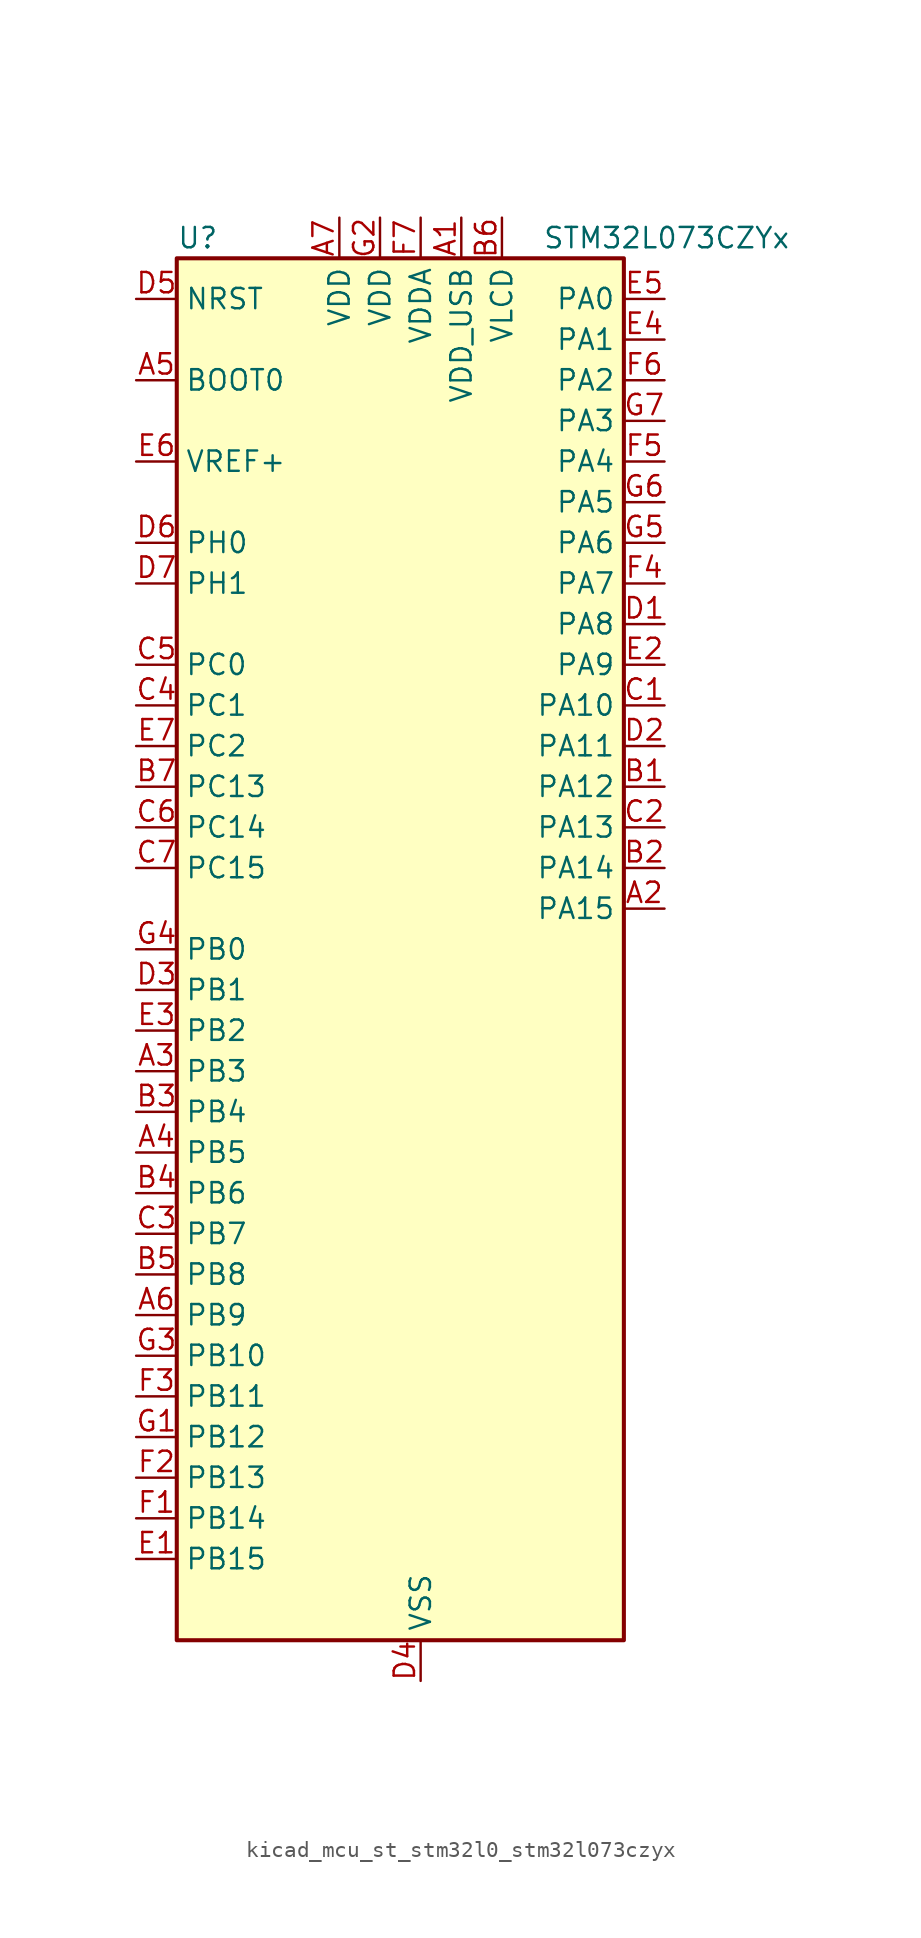
<source format=kicad_sym>
(kicad_symbol_lib
  (version 20220914)
  (generator kicad_symbol_editor)
  (symbol "kicad_mcu_st_stm32l0_stm32l073czyx"
    (property "Reference" "U"
      (at -12.7 44.45 0)
      (effects (font (size 1.27 1.27)) (justify left)))
    (property "Value" "STM32L073CZYx"
      (at 10.16 44.45 0)
      (effects (font (size 1.27 1.27)) (justify left)))
    (property "ki_locked" ""
      (at 0 0 0)
      (effects (font (size 1.27 1.27))))
    (symbol "kicad_mcu_st_stm32l0_stm32l073czyx_0_1"
      (rectangle (start -12.7 -43.18) (end 15.24 43.18) (stroke (width 0.254) (type default)) (fill (type background))))
    (symbol "kicad_mcu_st_stm32l0_stm32l073czyx_1_1"
      (pin power_in line (at 5.08 45.72 270) (length 2.54) (name "VDD_USB" (effects (font (size 1.27 1.27)))) (number "A1" (effects (font (size 1.27 1.27)))))
      (pin bidirectional line (at 17.78 2.54 180) (length 2.54) (name "PA15" (effects (font (size 1.27 1.27)))) (number "A2" (effects (font (size 1.27 1.27)))) (alternate "LCD_SEG17" bidirectional line) (alternate "SPI1_NSS" bidirectional line) (alternate "TIM2_CH1" bidirectional line) (alternate "TIM2_ETR" bidirectional line) (alternate "USART2_RX" bidirectional line) (alternate "USART4_DE" bidirectional line) (alternate "USART4_RTS" bidirectional line))
      (pin bidirectional line (at -15.24 -7.62 0) (length 2.54) (name "PB3" (effects (font (size 1.27 1.27)))) (number "A3" (effects (font (size 1.27 1.27)))) (alternate "COMP2_INM" bidirectional line) (alternate "LCD_SEG7" bidirectional line) (alternate "SPI1_SCK" bidirectional line) (alternate "TIM2_CH2" bidirectional line) (alternate "TSC_G5_IO1" bidirectional line) (alternate "USART1_DE" bidirectional line) (alternate "USART1_RTS" bidirectional line) (alternate "USART5_TX" bidirectional line))
      (pin bidirectional line (at -15.24 -12.7 0) (length 2.54) (name "PB5" (effects (font (size 1.27 1.27)))) (number "A4" (effects (font (size 1.27 1.27)))) (alternate "COMP2_INP" bidirectional line) (alternate "I2C1_SMBA" bidirectional line) (alternate "LCD_SEG9" bidirectional line) (alternate "LPTIM1_IN1" bidirectional line) (alternate "SPI1_MOSI" bidirectional line) (alternate "TIM22_CH2" bidirectional line) (alternate "TIM3_CH2" bidirectional line) (alternate "USART1_CK" bidirectional line) (alternate "USART5_CK" bidirectional line) (alternate "USART5_DE" bidirectional line) (alternate "USART5_RTS" bidirectional line))
      (pin input line (at -15.24 35.56 0) (length 2.54) (name "BOOT0" (effects (font (size 1.27 1.27)))) (number "A5" (effects (font (size 1.27 1.27)))))
      (pin bidirectional line (at -15.24 -22.86 0) (length 2.54) (name "PB9" (effects (font (size 1.27 1.27)))) (number "A6" (effects (font (size 1.27 1.27)))) (alternate "DAC_EXTI9" bidirectional line) (alternate "I2C1_SDA" bidirectional line) (alternate "I2S2_WS" bidirectional line) (alternate "LCD_COM3" bidirectional line) (alternate "SPI2_NSS" bidirectional line))
      (pin power_in line (at -2.54 45.72 270) (length 2.54) (name "VDD" (effects (font (size 1.27 1.27)))) (number "A7" (effects (font (size 1.27 1.27)))))
      (pin bidirectional line (at 17.78 10.16 180) (length 2.54) (name "PA12" (effects (font (size 1.27 1.27)))) (number "B1" (effects (font (size 1.27 1.27)))) (alternate "COMP2_OUT" bidirectional line) (alternate "SPI1_MOSI" bidirectional line) (alternate "TSC_G4_IO4" bidirectional line) (alternate "USART1_DE" bidirectional line) (alternate "USART1_RTS" bidirectional line) (alternate "USB_DP" bidirectional line))
      (pin bidirectional line (at 17.78 5.08 180) (length 2.54) (name "PA14" (effects (font (size 1.27 1.27)))) (number "B2" (effects (font (size 1.27 1.27)))) (alternate "LPUART1_TX" bidirectional line) (alternate "SYS_SWCLK" bidirectional line) (alternate "USART2_TX" bidirectional line))
      (pin bidirectional line (at -15.24 -10.16 0) (length 2.54) (name "PB4" (effects (font (size 1.27 1.27)))) (number "B3" (effects (font (size 1.27 1.27)))) (alternate "COMP2_INP" bidirectional line) (alternate "I2C3_SDA" bidirectional line) (alternate "LCD_SEG8" bidirectional line) (alternate "SPI1_MISO" bidirectional line) (alternate "TIM22_CH1" bidirectional line) (alternate "TIM3_CH1" bidirectional line) (alternate "TSC_G5_IO2" bidirectional line) (alternate "USART1_CTS" bidirectional line) (alternate "USART5_RX" bidirectional line))
      (pin bidirectional line (at -15.24 -15.24 0) (length 2.54) (name "PB6" (effects (font (size 1.27 1.27)))) (number "B4" (effects (font (size 1.27 1.27)))) (alternate "COMP2_INP" bidirectional line) (alternate "I2C1_SCL" bidirectional line) (alternate "LPTIM1_ETR" bidirectional line) (alternate "TSC_G5_IO3" bidirectional line) (alternate "USART1_TX" bidirectional line))
      (pin bidirectional line (at -15.24 -20.32 0) (length 2.54) (name "PB8" (effects (font (size 1.27 1.27)))) (number "B5" (effects (font (size 1.27 1.27)))) (alternate "I2C1_SCL" bidirectional line) (alternate "LCD_SEG16" bidirectional line) (alternate "TSC_SYNC" bidirectional line))
      (pin power_in line (at 7.62 45.72 270) (length 2.54) (name "VLCD" (effects (font (size 1.27 1.27)))) (number "B6" (effects (font (size 1.27 1.27)))))
      (pin bidirectional line (at -15.24 10.16 0) (length 2.54) (name "PC13" (effects (font (size 1.27 1.27)))) (number "B7" (effects (font (size 1.27 1.27)))) (alternate "RTC_OUT_ALARM" bidirectional line) (alternate "RTC_OUT_CALIB" bidirectional line) (alternate "RTC_TAMP1" bidirectional line) (alternate "RTC_TS" bidirectional line) (alternate "SYS_WKUP2" bidirectional line))
      (pin bidirectional line (at 17.78 15.24 180) (length 2.54) (name "PA10" (effects (font (size 1.27 1.27)))) (number "C1" (effects (font (size 1.27 1.27)))) (alternate "I2C1_SDA" bidirectional line) (alternate "LCD_COM2" bidirectional line) (alternate "TSC_G4_IO2" bidirectional line) (alternate "USART1_RX" bidirectional line))
      (pin bidirectional line (at 17.78 7.62 180) (length 2.54) (name "PA13" (effects (font (size 1.27 1.27)))) (number "C2" (effects (font (size 1.27 1.27)))) (alternate "LPUART1_RX" bidirectional line) (alternate "SYS_SWDIO" bidirectional line) (alternate "USB_NOE" bidirectional line))
      (pin bidirectional line (at -15.24 -17.78 0) (length 2.54) (name "PB7" (effects (font (size 1.27 1.27)))) (number "C3" (effects (font (size 1.27 1.27)))) (alternate "COMP2_INP" bidirectional line) (alternate "I2C1_SDA" bidirectional line) (alternate "LPTIM1_IN2" bidirectional line) (alternate "SYS_PVD_IN" bidirectional line) (alternate "TSC_G5_IO4" bidirectional line) (alternate "USART1_RX" bidirectional line) (alternate "USART4_CTS" bidirectional line))
      (pin bidirectional line (at -15.24 15.24 0) (length 2.54) (name "PC1" (effects (font (size 1.27 1.27)))) (number "C4" (effects (font (size 1.27 1.27)))) (alternate "ADC_IN11" bidirectional line) (alternate "I2C3_SDA" bidirectional line) (alternate "LCD_SEG19" bidirectional line) (alternate "LPTIM1_OUT" bidirectional line) (alternate "LPUART1_TX" bidirectional line) (alternate "TSC_G7_IO2" bidirectional line))
      (pin bidirectional line (at -15.24 17.78 0) (length 2.54) (name "PC0" (effects (font (size 1.27 1.27)))) (number "C5" (effects (font (size 1.27 1.27)))) (alternate "ADC_IN10" bidirectional line) (alternate "I2C3_SCL" bidirectional line) (alternate "LCD_SEG18" bidirectional line) (alternate "LPTIM1_IN1" bidirectional line) (alternate "LPUART1_RX" bidirectional line) (alternate "TSC_G7_IO1" bidirectional line))
      (pin bidirectional line (at -15.24 7.62 0) (length 2.54) (name "PC14" (effects (font (size 1.27 1.27)))) (number "C6" (effects (font (size 1.27 1.27)))) (alternate "RCC_OSC32_IN" bidirectional line))
      (pin bidirectional line (at -15.24 5.08 0) (length 2.54) (name "PC15" (effects (font (size 1.27 1.27)))) (number "C7" (effects (font (size 1.27 1.27)))) (alternate "RCC_OSC32_OUT" bidirectional line))
      (pin bidirectional line (at 17.78 20.32 180) (length 2.54) (name "PA8" (effects (font (size 1.27 1.27)))) (number "D1" (effects (font (size 1.27 1.27)))) (alternate "CRS_SYNC" bidirectional line) (alternate "I2C3_SCL" bidirectional line) (alternate "LCD_COM0" bidirectional line) (alternate "RCC_MCO" bidirectional line) (alternate "USART1_CK" bidirectional line))
      (pin bidirectional line (at 17.78 12.7 180) (length 2.54) (name "PA11" (effects (font (size 1.27 1.27)))) (number "D2" (effects (font (size 1.27 1.27)))) (alternate "ADC_EXTI11" bidirectional line) (alternate "COMP1_OUT" bidirectional line) (alternate "SPI1_MISO" bidirectional line) (alternate "TSC_G4_IO3" bidirectional line) (alternate "USART1_CTS" bidirectional line) (alternate "USB_DM" bidirectional line))
      (pin bidirectional line (at -15.24 -2.54 0) (length 2.54) (name "PB1" (effects (font (size 1.27 1.27)))) (number "D3" (effects (font (size 1.27 1.27)))) (alternate "ADC_IN9" bidirectional line) (alternate "LCD_SEG6" bidirectional line) (alternate "LPUART1_DE" bidirectional line) (alternate "LPUART1_RTS" bidirectional line) (alternate "SYS_VREF_OUT_PB1" bidirectional line) (alternate "TIM3_CH4" bidirectional line) (alternate "TSC_G3_IO3" bidirectional line))
      (pin power_in line (at 2.54 -45.72 90) (length 2.54) (name "VSS" (effects (font (size 1.27 1.27)))) (number "D4" (effects (font (size 1.27 1.27)))))
      (pin input line (at -15.24 40.64 0) (length 2.54) (name "NRST" (effects (font (size 1.27 1.27)))) (number "D5" (effects (font (size 1.27 1.27)))))
      (pin bidirectional line (at -15.24 25.4 0) (length 2.54) (name "PH0" (effects (font (size 1.27 1.27)))) (number "D6" (effects (font (size 1.27 1.27)))) (alternate "CRS_SYNC" bidirectional line) (alternate "RCC_OSC_IN" bidirectional line))
      (pin bidirectional line (at -15.24 22.86 0) (length 2.54) (name "PH1" (effects (font (size 1.27 1.27)))) (number "D7" (effects (font (size 1.27 1.27)))) (alternate "RCC_OSC_OUT" bidirectional line))
      (pin bidirectional line (at -15.24 -38.1 0) (length 2.54) (name "PB15" (effects (font (size 1.27 1.27)))) (number "E1" (effects (font (size 1.27 1.27)))) (alternate "I2S2_SD" bidirectional line) (alternate "LCD_SEG15" bidirectional line) (alternate "RTC_REFIN" bidirectional line) (alternate "SPI2_MOSI" bidirectional line))
      (pin bidirectional line (at 17.78 17.78 180) (length 2.54) (name "PA9" (effects (font (size 1.27 1.27)))) (number "E2" (effects (font (size 1.27 1.27)))) (alternate "DAC_EXTI9" bidirectional line) (alternate "I2C1_SCL" bidirectional line) (alternate "I2C3_SMBA" bidirectional line) (alternate "LCD_COM1" bidirectional line) (alternate "RCC_MCO" bidirectional line) (alternate "TSC_G4_IO1" bidirectional line) (alternate "USART1_TX" bidirectional line))
      (pin bidirectional line (at -15.24 -5.08 0) (length 2.54) (name "PB2" (effects (font (size 1.27 1.27)))) (number "E3" (effects (font (size 1.27 1.27)))) (alternate "I2C3_SMBA" bidirectional line) (alternate "LCD_VLCD2" bidirectional line) (alternate "LPTIM1_OUT" bidirectional line) (alternate "TSC_G3_IO4" bidirectional line))
      (pin bidirectional line (at 17.78 38.1 180) (length 2.54) (name "PA1" (effects (font (size 1.27 1.27)))) (number "E4" (effects (font (size 1.27 1.27)))) (alternate "ADC_IN1" bidirectional line) (alternate "COMP1_INP" bidirectional line) (alternate "LCD_SEG0" bidirectional line) (alternate "TIM21_ETR" bidirectional line) (alternate "TIM2_CH2" bidirectional line) (alternate "TSC_G1_IO2" bidirectional line) (alternate "USART2_DE" bidirectional line) (alternate "USART2_RTS" bidirectional line) (alternate "USART4_RX" bidirectional line))
      (pin bidirectional line (at 17.78 40.64 180) (length 2.54) (name "PA0" (effects (font (size 1.27 1.27)))) (number "E5" (effects (font (size 1.27 1.27)))) (alternate "ADC_IN0" bidirectional line) (alternate "COMP1_INM" bidirectional line) (alternate "COMP1_OUT" bidirectional line) (alternate "RTC_TAMP2" bidirectional line) (alternate "SYS_WKUP1" bidirectional line) (alternate "TIM2_CH1" bidirectional line) (alternate "TIM2_ETR" bidirectional line) (alternate "TSC_G1_IO1" bidirectional line) (alternate "USART2_CTS" bidirectional line) (alternate "USART4_TX" bidirectional line))
      (pin input line (at -15.24 30.48 0) (length 2.54) (name "VREF+" (effects (font (size 1.27 1.27)))) (number "E6" (effects (font (size 1.27 1.27)))))
      (pin bidirectional line (at -15.24 12.7 0) (length 2.54) (name "PC2" (effects (font (size 1.27 1.27)))) (number "E7" (effects (font (size 1.27 1.27)))) (alternate "ADC_IN12" bidirectional line) (alternate "I2S2_MCK" bidirectional line) (alternate "LCD_SEG20" bidirectional line) (alternate "LPTIM1_IN2" bidirectional line) (alternate "SPI2_MISO" bidirectional line) (alternate "TSC_G7_IO3" bidirectional line))
      (pin bidirectional line (at -15.24 -35.56 0) (length 2.54) (name "PB14" (effects (font (size 1.27 1.27)))) (number "F1" (effects (font (size 1.27 1.27)))) (alternate "I2C2_SDA" bidirectional line) (alternate "I2S2_MCK" bidirectional line) (alternate "LCD_SEG14" bidirectional line) (alternate "LPUART1_DE" bidirectional line) (alternate "LPUART1_RTS" bidirectional line) (alternate "RTC_OUT_ALARM" bidirectional line) (alternate "RTC_OUT_CALIB" bidirectional line) (alternate "SPI2_MISO" bidirectional line) (alternate "TIM21_CH2" bidirectional line) (alternate "TSC_G6_IO4" bidirectional line))
      (pin bidirectional line (at -15.24 -33.02 0) (length 2.54) (name "PB13" (effects (font (size 1.27 1.27)))) (number "F2" (effects (font (size 1.27 1.27)))) (alternate "I2C2_SCL" bidirectional line) (alternate "I2S2_CK" bidirectional line) (alternate "LCD_SEG13" bidirectional line) (alternate "LPUART1_CTS" bidirectional line) (alternate "RCC_MCO" bidirectional line) (alternate "SPI2_SCK" bidirectional line) (alternate "TIM21_CH1" bidirectional line) (alternate "TSC_G6_IO3" bidirectional line))
      (pin bidirectional line (at -15.24 -27.94 0) (length 2.54) (name "PB11" (effects (font (size 1.27 1.27)))) (number "F3" (effects (font (size 1.27 1.27)))) (alternate "ADC_EXTI11" bidirectional line) (alternate "I2C2_SDA" bidirectional line) (alternate "LCD_SEG11" bidirectional line) (alternate "LPUART1_RX" bidirectional line) (alternate "LPUART1_TX" bidirectional line) (alternate "TIM2_CH4" bidirectional line) (alternate "TSC_G6_IO1" bidirectional line))
      (pin bidirectional line (at 17.78 22.86 180) (length 2.54) (name "PA7" (effects (font (size 1.27 1.27)))) (number "F4" (effects (font (size 1.27 1.27)))) (alternate "ADC_IN7" bidirectional line) (alternate "COMP2_OUT" bidirectional line) (alternate "LCD_SEG4" bidirectional line) (alternate "SPI1_MOSI" bidirectional line) (alternate "TIM22_CH2" bidirectional line) (alternate "TIM3_CH2" bidirectional line) (alternate "TSC_G2_IO4" bidirectional line))
      (pin bidirectional line (at 17.78 30.48 180) (length 2.54) (name "PA4" (effects (font (size 1.27 1.27)))) (number "F5" (effects (font (size 1.27 1.27)))) (alternate "ADC_IN4" bidirectional line) (alternate "COMP1_INM" bidirectional line) (alternate "COMP2_INM" bidirectional line) (alternate "DAC_OUT1" bidirectional line) (alternate "SPI1_NSS" bidirectional line) (alternate "TIM22_ETR" bidirectional line) (alternate "TSC_G2_IO1" bidirectional line) (alternate "USART2_CK" bidirectional line))
      (pin bidirectional line (at 17.78 35.56 180) (length 2.54) (name "PA2" (effects (font (size 1.27 1.27)))) (number "F6" (effects (font (size 1.27 1.27)))) (alternate "ADC_IN2" bidirectional line) (alternate "COMP2_INM" bidirectional line) (alternate "COMP2_OUT" bidirectional line) (alternate "LCD_SEG1" bidirectional line) (alternate "LPUART1_TX" bidirectional line) (alternate "TIM21_CH1" bidirectional line) (alternate "TIM2_CH3" bidirectional line) (alternate "TSC_G1_IO3" bidirectional line) (alternate "USART2_TX" bidirectional line))
      (pin power_in line (at 2.54 45.72 270) (length 2.54) (name "VDDA" (effects (font (size 1.27 1.27)))) (number "F7" (effects (font (size 1.27 1.27)))))
      (pin bidirectional line (at -15.24 -30.48 0) (length 2.54) (name "PB12" (effects (font (size 1.27 1.27)))) (number "G1" (effects (font (size 1.27 1.27)))) (alternate "I2S2_WS" bidirectional line) (alternate "LCD_SEG12" bidirectional line) (alternate "LCD_VLCD2" bidirectional line) (alternate "LPUART1_DE" bidirectional line) (alternate "LPUART1_RTS" bidirectional line) (alternate "SPI2_NSS" bidirectional line) (alternate "TSC_G6_IO2" bidirectional line))
      (pin power_in line (at 0 45.72 270) (length 2.54) (name "VDD" (effects (font (size 1.27 1.27)))) (number "G2" (effects (font (size 1.27 1.27)))))
      (pin bidirectional line (at -15.24 -25.4 0) (length 2.54) (name "PB10" (effects (font (size 1.27 1.27)))) (number "G3" (effects (font (size 1.27 1.27)))) (alternate "I2C2_SCL" bidirectional line) (alternate "LCD_SEG10" bidirectional line) (alternate "LPUART1_RX" bidirectional line) (alternate "LPUART1_TX" bidirectional line) (alternate "SPI2_SCK" bidirectional line) (alternate "TIM2_CH3" bidirectional line) (alternate "TSC_SYNC" bidirectional line))
      (pin bidirectional line (at -15.24 0 0) (length 2.54) (name "PB0" (effects (font (size 1.27 1.27)))) (number "G4" (effects (font (size 1.27 1.27)))) (alternate "ADC_IN8" bidirectional line) (alternate "LCD_SEG5" bidirectional line) (alternate "LCD_VLCD3" bidirectional line) (alternate "SYS_VREF_OUT_PB0" bidirectional line) (alternate "TIM3_CH3" bidirectional line) (alternate "TSC_G3_IO2" bidirectional line))
      (pin bidirectional line (at 17.78 25.4 180) (length 2.54) (name "PA6" (effects (font (size 1.27 1.27)))) (number "G5" (effects (font (size 1.27 1.27)))) (alternate "ADC_IN6" bidirectional line) (alternate "COMP1_OUT" bidirectional line) (alternate "LCD_SEG3" bidirectional line) (alternate "LPUART1_CTS" bidirectional line) (alternate "SPI1_MISO" bidirectional line) (alternate "TIM22_CH1" bidirectional line) (alternate "TIM3_CH1" bidirectional line) (alternate "TSC_G2_IO3" bidirectional line))
      (pin bidirectional line (at 17.78 27.94 180) (length 2.54) (name "PA5" (effects (font (size 1.27 1.27)))) (number "G6" (effects (font (size 1.27 1.27)))) (alternate "ADC_IN5" bidirectional line) (alternate "COMP1_INM" bidirectional line) (alternate "COMP2_INM" bidirectional line) (alternate "DAC_OUT2" bidirectional line) (alternate "SPI1_SCK" bidirectional line) (alternate "TIM2_CH1" bidirectional line) (alternate "TIM2_ETR" bidirectional line) (alternate "TSC_G2_IO2" bidirectional line))
      (pin bidirectional line (at 17.78 33.02 180) (length 2.54) (name "PA3" (effects (font (size 1.27 1.27)))) (number "G7" (effects (font (size 1.27 1.27)))) (alternate "ADC_IN3" bidirectional line) (alternate "COMP2_INP" bidirectional line) (alternate "LCD_SEG2" bidirectional line) (alternate "LPUART1_RX" bidirectional line) (alternate "TIM21_CH2" bidirectional line) (alternate "TIM2_CH4" bidirectional line) (alternate "TSC_G1_IO4" bidirectional line) (alternate "USART2_RX" bidirectional line)))))
</source>
